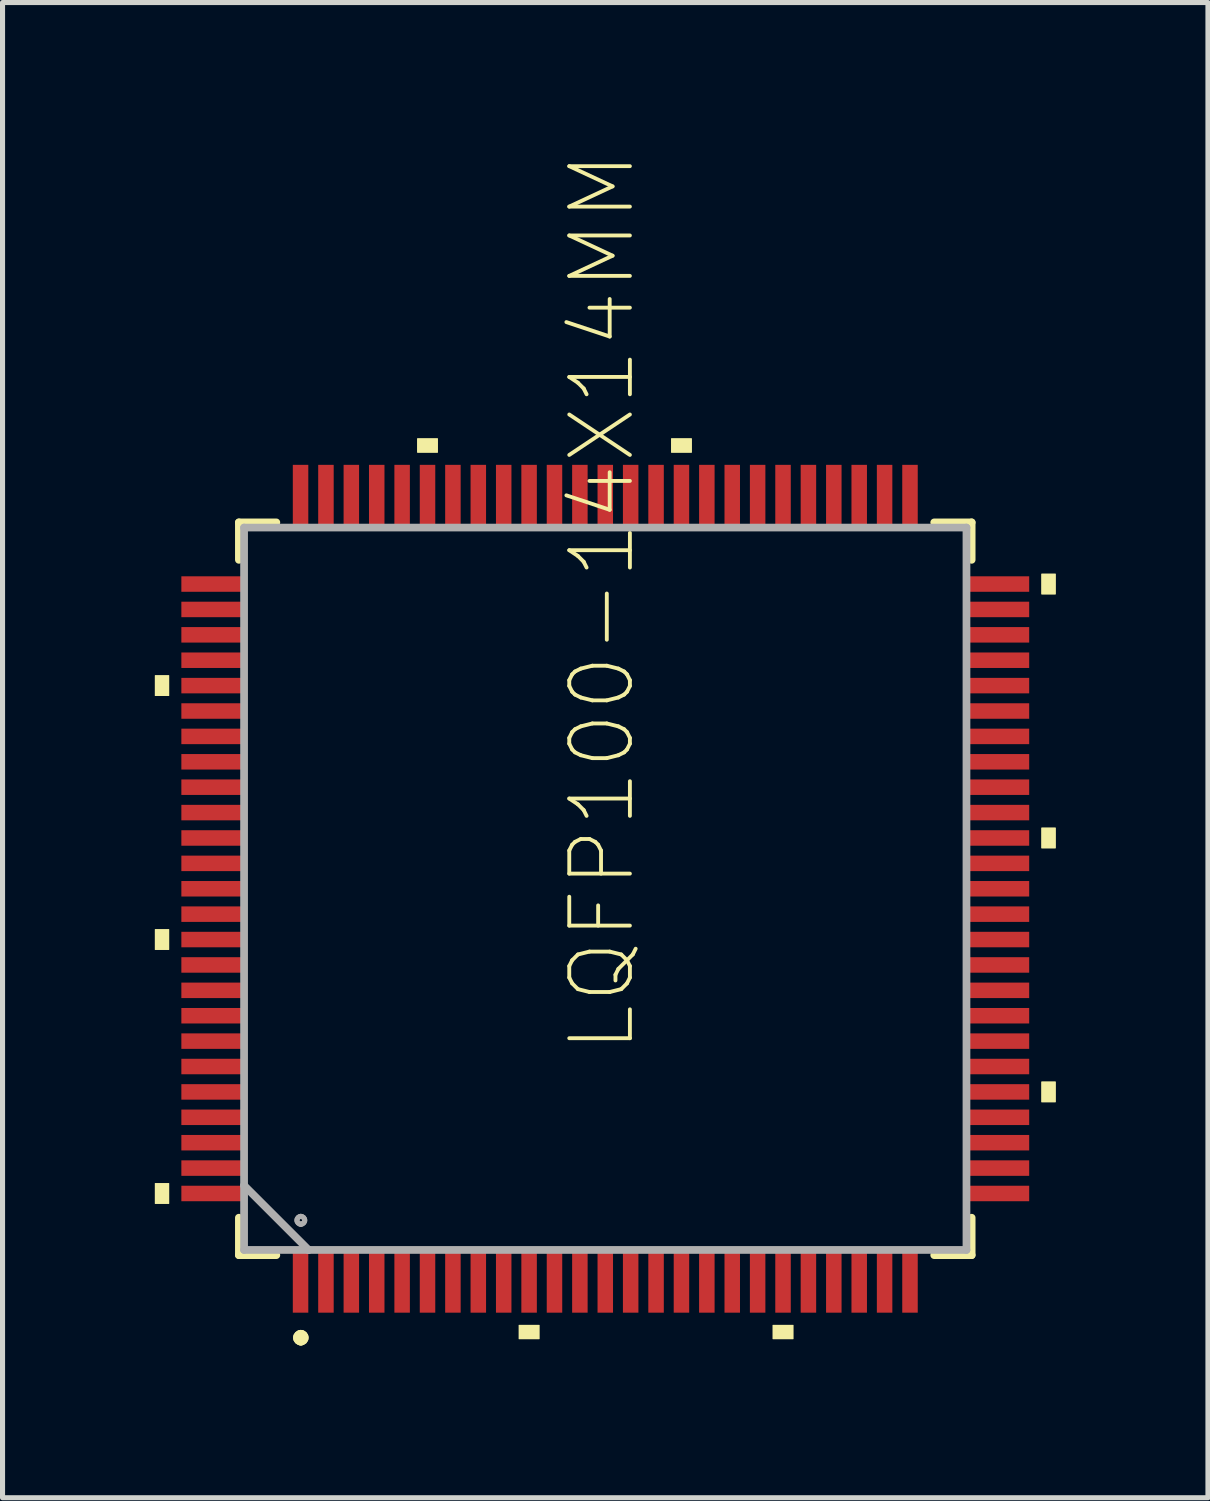
<source format=kicad_pcb>
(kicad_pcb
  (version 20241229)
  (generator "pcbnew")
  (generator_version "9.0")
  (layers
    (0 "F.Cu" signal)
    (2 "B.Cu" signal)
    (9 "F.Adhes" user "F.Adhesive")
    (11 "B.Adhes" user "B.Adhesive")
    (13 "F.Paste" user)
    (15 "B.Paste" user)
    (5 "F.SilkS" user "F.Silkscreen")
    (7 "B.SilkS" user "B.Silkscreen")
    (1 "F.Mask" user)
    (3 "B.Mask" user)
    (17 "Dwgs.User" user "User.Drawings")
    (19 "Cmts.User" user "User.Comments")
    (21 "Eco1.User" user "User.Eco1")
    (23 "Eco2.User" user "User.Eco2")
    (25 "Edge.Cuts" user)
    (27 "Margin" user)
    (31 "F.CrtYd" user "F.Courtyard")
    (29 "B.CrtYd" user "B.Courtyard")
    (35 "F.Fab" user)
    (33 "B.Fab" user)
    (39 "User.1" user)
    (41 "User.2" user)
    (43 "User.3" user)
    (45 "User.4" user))
  (footprint "LQFP100-14X14MM"
    (layer "F.Cu")
    (at 8.868 14.45)
    (property "Reference" "LQFP100-14X14MM" (at 0.635 3.277 90) (layer "F.SilkS") (effects (font (size 1.194 1.194) (thickness 0.076)) (justify left bottom)))
    (fp_line (start -7.214 -7.214) (end -7.214 -6.477) (stroke (width 0.152) (type solid)) (layer "F.SilkS"))
    (fp_line (start -7.214 6.477) (end -7.214 7.214) (stroke (width 0.152) (type solid)) (layer "F.SilkS"))
    (fp_line (start -7.214 7.214) (end -6.477 7.214) (stroke (width 0.152) (type solid)) (layer "F.SilkS"))
    (fp_line (start -6.477 -7.214) (end -7.214 -7.214) (stroke (width 0.152) (type solid)) (layer "F.SilkS"))
    (fp_line (start 6.477 7.214) (end 7.214 7.214) (stroke (width 0.152) (type solid)) (layer "F.SilkS"))
    (fp_line (start 7.214 -7.214) (end 6.477 -7.214) (stroke (width 0.152) (type solid)) (layer "F.SilkS"))
    (fp_line (start 7.214 -6.477) (end 7.214 -7.214) (stroke (width 0.152) (type solid)) (layer "F.SilkS"))
    (fp_line (start 7.214 7.214) (end 7.214 6.477) (stroke (width 0.152) (type solid)) (layer "F.SilkS"))
    (fp_arc (start -5.9944 8.763) (mid -5.9182 8.8392) (end -5.9944 8.9154) (stroke (width 0.1524) (type solid)) (layer "F.SilkS"))
    (fp_arc (start -5.9944 8.763) (mid -5.9182 8.8392) (end -5.9944 8.9154) (stroke (width 0.1524) (type solid)) (layer "F.SilkS"))
    (fp_arc (start -5.9944 8.9154) (mid -6.0706 8.8392) (end -5.9944 8.763) (stroke (width 0.1524) (type solid)) (layer "F.SilkS"))
    (fp_arc (start -5.9944 8.9154) (mid -6.0706 8.8392) (end -5.9944 8.763) (stroke (width 0.1524) (type solid)) (layer "F.SilkS"))
    (fp_poly (pts (xy -8.588 -3.797) (xy -8.868 -3.797) (xy -8.868 -4.203) (xy -8.588 -4.203)) (stroke (width 0) (type solid)) (fill yes) (layer "F.SilkS"))
    (fp_poly (pts (xy -8.588 -3.797) (xy -8.868 -3.797) (xy -8.868 -4.203) (xy -8.588 -4.203)) (stroke (width 0) (type solid)) (fill yes) (layer "F.SilkS"))
    (fp_poly (pts (xy -8.588 1.203) (xy -8.868 1.203) (xy -8.868 0.797) (xy -8.588 0.797)) (stroke (width 0) (type solid)) (fill yes) (layer "F.SilkS"))
    (fp_poly (pts (xy -8.588 1.203) (xy -8.868 1.203) (xy -8.868 0.797) (xy -8.588 0.797)) (stroke (width 0) (type solid)) (fill yes) (layer "F.SilkS"))
    (fp_poly (pts (xy -8.588 6.203) (xy -8.868 6.203) (xy -8.868 5.797) (xy -8.588 5.797)) (stroke (width 0) (type solid)) (fill yes) (layer "F.SilkS"))
    (fp_poly (pts (xy -8.588 6.203) (xy -8.868 6.203) (xy -8.868 5.797) (xy -8.588 5.797)) (stroke (width 0) (type solid)) (fill yes) (layer "F.SilkS"))
    (fp_poly (pts (xy -3.297 -8.588) (xy -3.703 -8.588) (xy -3.703 -8.868) (xy -3.297 -8.868)) (stroke (width 0) (type solid)) (fill yes) (layer "F.SilkS"))
    (fp_poly (pts (xy -3.297 -8.588) (xy -3.703 -8.588) (xy -3.703 -8.868) (xy -3.297 -8.868)) (stroke (width 0) (type solid)) (fill yes) (layer "F.SilkS"))
    (fp_poly (pts (xy -1.297 8.868) (xy -1.703 8.868) (xy -1.703 8.588) (xy -1.297 8.588)) (stroke (width 0) (type solid)) (fill yes) (layer "F.SilkS"))
    (fp_poly (pts (xy -1.297 8.868) (xy -1.703 8.868) (xy -1.703 8.588) (xy -1.297 8.588)) (stroke (width 0) (type solid)) (fill yes) (layer "F.SilkS"))
    (fp_poly (pts (xy 1.703 -8.588) (xy 1.297 -8.588) (xy 1.297 -8.868) (xy 1.703 -8.868)) (stroke (width 0) (type solid)) (fill yes) (layer "F.SilkS"))
    (fp_poly (pts (xy 1.703 -8.588) (xy 1.297 -8.588) (xy 1.297 -8.868) (xy 1.703 -8.868)) (stroke (width 0) (type solid)) (fill yes) (layer "F.SilkS"))
    (fp_poly (pts (xy 3.703 8.868) (xy 3.297 8.868) (xy 3.297 8.588) (xy 3.703 8.588)) (stroke (width 0) (type solid)) (fill yes) (layer "F.SilkS"))
    (fp_poly (pts (xy 3.703 8.868) (xy 3.297 8.868) (xy 3.297 8.588) (xy 3.703 8.588)) (stroke (width 0) (type solid)) (fill yes) (layer "F.SilkS"))
    (fp_poly (pts (xy 8.868 -5.797) (xy 8.588 -5.797) (xy 8.588 -6.203) (xy 8.868 -6.203)) (stroke (width 0) (type solid)) (fill yes) (layer "F.SilkS"))
    (fp_poly (pts (xy 8.868 -5.797) (xy 8.588 -5.797) (xy 8.588 -6.203) (xy 8.868 -6.203)) (stroke (width 0) (type solid)) (fill yes) (layer "F.SilkS"))
    (fp_poly (pts (xy 8.868 -0.797) (xy 8.588 -0.797) (xy 8.588 -1.203) (xy 8.868 -1.203)) (stroke (width 0) (type solid)) (fill yes) (layer "F.SilkS"))
    (fp_poly (pts (xy 8.868 -0.797) (xy 8.588 -0.797) (xy 8.588 -1.203) (xy 8.868 -1.203)) (stroke (width 0) (type solid)) (fill yes) (layer "F.SilkS"))
    (fp_poly (pts (xy 8.868 4.203) (xy 8.588 4.203) (xy 8.588 3.797) (xy 8.868 3.797)) (stroke (width 0) (type solid)) (fill yes) (layer "F.SilkS"))
    (fp_poly (pts (xy 8.868 4.203) (xy 8.588 4.203) (xy 8.588 3.797) (xy 8.868 3.797)) (stroke (width 0) (type solid)) (fill yes) (layer "F.SilkS"))
    (fp_line (start -7.112 -7.112) (end -7.112 5.842) (stroke (width 0.152) (type solid)) (layer "F.Fab"))
    (fp_line (start -7.112 5.842) (end -7.112 7.112) (stroke (width 0.152) (type solid)) (layer "F.Fab"))
    (fp_line (start -7.112 7.112) (end -5.842 7.112) (stroke (width 0.152) (type solid)) (layer "F.Fab"))
    (fp_line (start -5.842 7.112) (end -7.112 5.842) (stroke (width 0.152) (type solid)) (layer "F.Fab"))
    (fp_line (start -5.842 7.112) (end 7.112 7.112) (stroke (width 0.152) (type solid)) (layer "F.Fab"))
    (fp_line (start 7.112 -7.112) (end -7.112 -7.112) (stroke (width 0.152) (type solid)) (layer "F.Fab"))
    (fp_line (start 7.112 7.112) (end 7.112 -7.112) (stroke (width 0.152) (type solid)) (layer "F.Fab"))
    (fp_arc (start -5.9944 6.4516) (mid -5.9182 6.5278) (end -5.9944 6.604) (stroke (width 0.1) (type solid)) (layer "F.Fab"))
    (fp_arc (start -5.9944 6.4516) (mid -5.9182 6.5278) (end -5.9944 6.604) (stroke (width 0.1) (type solid)) (layer "F.Fab"))
    (fp_arc (start -5.9944 6.604) (mid -6.0706 6.5278) (end -5.9944 6.4516) (stroke (width 0.1) (type solid)) (layer "F.Fab"))
    (fp_arc (start -5.9944 6.604) (mid -6.0706 6.5278) (end -5.9944 6.4516) (stroke (width 0.1) (type solid)) (layer "F.Fab"))
    (pad "1" smd rect (at -6 7.75 90) (size 1.194 0.305) (layers "F.Cu" "F.Mask" "F.Paste"))
    (pad "2" smd rect (at -5.5 7.75 90) (size 1.194 0.305) (layers "F.Cu" "F.Mask" "F.Paste"))
    (pad "3" smd rect (at -5 7.75 90) (size 1.194 0.305) (layers "F.Cu" "F.Mask" "F.Paste"))
    (pad "4" smd rect (at -4.5 7.75 90) (size 1.194 0.305) (layers "F.Cu" "F.Mask" "F.Paste"))
    (pad "5" smd rect (at -4 7.75 90) (size 1.194 0.305) (layers "F.Cu" "F.Mask" "F.Paste"))
    (pad "6" smd rect (at -3.5 7.75 90) (size 1.194 0.305) (layers "F.Cu" "F.Mask" "F.Paste"))
    (pad "7" smd rect (at -3 7.75 90) (size 1.194 0.305) (layers "F.Cu" "F.Mask" "F.Paste"))
    (pad "8" smd rect (at -2.5 7.75 90) (size 1.194 0.305) (layers "F.Cu" "F.Mask" "F.Paste"))
    (pad "9" smd rect (at -2 7.75 90) (size 1.194 0.305) (layers "F.Cu" "F.Mask" "F.Paste"))
    (pad "10" smd rect (at -1.5 7.75 90) (size 1.194 0.305) (layers "F.Cu" "F.Mask" "F.Paste"))
    (pad "11" smd rect (at -1 7.75 90) (size 1.194 0.305) (layers "F.Cu" "F.Mask" "F.Paste"))
    (pad "12" smd rect (at -0.5 7.75 90) (size 1.194 0.305) (layers "F.Cu" "F.Mask" "F.Paste"))
    (pad "13" smd rect (at 0 7.75 90) (size 1.194 0.305) (layers "F.Cu" "F.Mask" "F.Paste"))
    (pad "14" smd rect (at 0.5 7.75 90) (size 1.194 0.305) (layers "F.Cu" "F.Mask" "F.Paste"))
    (pad "15" smd rect (at 1 7.75 90) (size 1.194 0.305) (layers "F.Cu" "F.Mask" "F.Paste"))
    (pad "16" smd rect (at 1.5 7.75 90) (size 1.194 0.305) (layers "F.Cu" "F.Mask" "F.Paste"))
    (pad "17" smd rect (at 2 7.75 90) (size 1.194 0.305) (layers "F.Cu" "F.Mask" "F.Paste"))
    (pad "18" smd rect (at 2.5 7.75 90) (size 1.194 0.305) (layers "F.Cu" "F.Mask" "F.Paste"))
    (pad "19" smd rect (at 3 7.75 90) (size 1.194 0.305) (layers "F.Cu" "F.Mask" "F.Paste"))
    (pad "20" smd rect (at 3.5 7.75 90) (size 1.194 0.305) (layers "F.Cu" "F.Mask" "F.Paste"))
    (pad "21" smd rect (at 4 7.75 90) (size 1.194 0.305) (layers "F.Cu" "F.Mask" "F.Paste"))
    (pad "22" smd rect (at 4.5 7.75 90) (size 1.194 0.305) (layers "F.Cu" "F.Mask" "F.Paste"))
    (pad "23" smd rect (at 5 7.75 90) (size 1.194 0.305) (layers "F.Cu" "F.Mask" "F.Paste"))
    (pad "24" smd rect (at 5.5 7.75 90) (size 1.194 0.305) (layers "F.Cu" "F.Mask" "F.Paste"))
    (pad "25" smd rect (at 6 7.75 90) (size 1.194 0.305) (layers "F.Cu" "F.Mask" "F.Paste"))
    (pad "26" smd rect (at 7.75 6 180) (size 1.194 0.305) (layers "F.Cu" "F.Mask" "F.Paste"))
    (pad "27" smd rect (at 7.75 5.5 180) (size 1.194 0.305) (layers "F.Cu" "F.Mask" "F.Paste"))
    (pad "28" smd rect (at 7.75 5 180) (size 1.194 0.305) (layers "F.Cu" "F.Mask" "F.Paste"))
    (pad "29" smd rect (at 7.75 4.5 180) (size 1.194 0.305) (layers "F.Cu" "F.Mask" "F.Paste"))
    (pad "30" smd rect (at 7.75 4 180) (size 1.194 0.305) (layers "F.Cu" "F.Mask" "F.Paste"))
    (pad "31" smd rect (at 7.75 3.5 180) (size 1.194 0.305) (layers "F.Cu" "F.Mask" "F.Paste"))
    (pad "32" smd rect (at 7.75 3 180) (size 1.194 0.305) (layers "F.Cu" "F.Mask" "F.Paste"))
    (pad "33" smd rect (at 7.75 2.5 180) (size 1.194 0.305) (layers "F.Cu" "F.Mask" "F.Paste"))
    (pad "34" smd rect (at 7.75 2 180) (size 1.194 0.305) (layers "F.Cu" "F.Mask" "F.Paste"))
    (pad "35" smd rect (at 7.75 1.5 180) (size 1.194 0.305) (layers "F.Cu" "F.Mask" "F.Paste"))
    (pad "36" smd rect (at 7.75 1 180) (size 1.194 0.305) (layers "F.Cu" "F.Mask" "F.Paste"))
    (pad "37" smd rect (at 7.75 0.5 180) (size 1.194 0.305) (layers "F.Cu" "F.Mask" "F.Paste"))
    (pad "38" smd rect (at 7.75 0 180) (size 1.194 0.305) (layers "F.Cu" "F.Mask" "F.Paste"))
    (pad "39" smd rect (at 7.75 -0.5 180) (size 1.194 0.305) (layers "F.Cu" "F.Mask" "F.Paste"))
    (pad "40" smd rect (at 7.75 -1 180) (size 1.194 0.305) (layers "F.Cu" "F.Mask" "F.Paste"))
    (pad "41" smd rect (at 7.75 -1.5 180) (size 1.194 0.305) (layers "F.Cu" "F.Mask" "F.Paste"))
    (pad "42" smd rect (at 7.75 -2 180) (size 1.194 0.305) (layers "F.Cu" "F.Mask" "F.Paste"))
    (pad "43" smd rect (at 7.75 -2.5 180) (size 1.194 0.305) (layers "F.Cu" "F.Mask" "F.Paste"))
    (pad "44" smd rect (at 7.75 -3 180) (size 1.194 0.305) (layers "F.Cu" "F.Mask" "F.Paste"))
    (pad "45" smd rect (at 7.75 -3.5 180) (size 1.194 0.305) (layers "F.Cu" "F.Mask" "F.Paste"))
    (pad "46" smd rect (at 7.75 -4 180) (size 1.194 0.305) (layers "F.Cu" "F.Mask" "F.Paste"))
    (pad "47" smd rect (at 7.75 -4.5 180) (size 1.194 0.305) (layers "F.Cu" "F.Mask" "F.Paste"))
    (pad "48" smd rect (at 7.75 -5 180) (size 1.194 0.305) (layers "F.Cu" "F.Mask" "F.Paste"))
    (pad "49" smd rect (at 7.75 -5.5 180) (size 1.194 0.305) (layers "F.Cu" "F.Mask" "F.Paste"))
    (pad "50" smd rect (at 7.75 -6 180) (size 1.194 0.305) (layers "F.Cu" "F.Mask" "F.Paste"))
    (pad "51" smd rect (at 6 -7.75 270) (size 1.194 0.305) (layers "F.Cu" "F.Mask" "F.Paste"))
    (pad "52" smd rect (at 5.5 -7.75 270) (size 1.194 0.305) (layers "F.Cu" "F.Mask" "F.Paste"))
    (pad "53" smd rect (at 5 -7.75 270) (size 1.194 0.305) (layers "F.Cu" "F.Mask" "F.Paste"))
    (pad "54" smd rect (at 4.5 -7.75 270) (size 1.194 0.305) (layers "F.Cu" "F.Mask" "F.Paste"))
    (pad "55" smd rect (at 4 -7.75 270) (size 1.194 0.305) (layers "F.Cu" "F.Mask" "F.Paste"))
    (pad "56" smd rect (at 3.5 -7.75 270) (size 1.194 0.305) (layers "F.Cu" "F.Mask" "F.Paste"))
    (pad "57" smd rect (at 3 -7.75 270) (size 1.194 0.305) (layers "F.Cu" "F.Mask" "F.Paste"))
    (pad "58" smd rect (at 2.5 -7.75 270) (size 1.194 0.305) (layers "F.Cu" "F.Mask" "F.Paste"))
    (pad "59" smd rect (at 2 -7.75 270) (size 1.194 0.305) (layers "F.Cu" "F.Mask" "F.Paste"))
    (pad "60" smd rect (at 1.5 -7.75 270) (size 1.194 0.305) (layers "F.Cu" "F.Mask" "F.Paste"))
    (pad "61" smd rect (at 1 -7.75 270) (size 1.194 0.305) (layers "F.Cu" "F.Mask" "F.Paste"))
    (pad "62" smd rect (at 0.5 -7.75 270) (size 1.194 0.305) (layers "F.Cu" "F.Mask" "F.Paste"))
    (pad "63" smd rect (at 0 -7.75 270) (size 1.194 0.305) (layers "F.Cu" "F.Mask" "F.Paste"))
    (pad "64" smd rect (at -0.5 -7.75 270) (size 1.194 0.305) (layers "F.Cu" "F.Mask" "F.Paste"))
    (pad "65" smd rect (at -1 -7.75 270) (size 1.194 0.305) (layers "F.Cu" "F.Mask" "F.Paste"))
    (pad "66" smd rect (at -1.5 -7.75 270) (size 1.194 0.305) (layers "F.Cu" "F.Mask" "F.Paste"))
    (pad "67" smd rect (at -2 -7.75 270) (size 1.194 0.305) (layers "F.Cu" "F.Mask" "F.Paste"))
    (pad "68" smd rect (at -2.5 -7.75 270) (size 1.194 0.305) (layers "F.Cu" "F.Mask" "F.Paste"))
    (pad "69" smd rect (at -3 -7.75 270) (size 1.194 0.305) (layers "F.Cu" "F.Mask" "F.Paste"))
    (pad "70" smd rect (at -3.5 -7.75 270) (size 1.194 0.305) (layers "F.Cu" "F.Mask" "F.Paste"))
    (pad "71" smd rect (at -4 -7.75 270) (size 1.194 0.305) (layers "F.Cu" "F.Mask" "F.Paste"))
    (pad "72" smd rect (at -4.5 -7.75 270) (size 1.194 0.305) (layers "F.Cu" "F.Mask" "F.Paste"))
    (pad "73" smd rect (at -5 -7.75 270) (size 1.194 0.305) (layers "F.Cu" "F.Mask" "F.Paste"))
    (pad "74" smd rect (at -5.5 -7.75 270) (size 1.194 0.305) (layers "F.Cu" "F.Mask" "F.Paste"))
    (pad "75" smd rect (at -6 -7.75 270) (size 1.194 0.305) (layers "F.Cu" "F.Mask" "F.Paste"))
    (pad "76" smd rect (at -7.75 -6) (size 1.194 0.305) (layers "F.Cu" "F.Mask" "F.Paste"))
    (pad "77" smd rect (at -7.75 -5.5) (size 1.194 0.305) (layers "F.Cu" "F.Mask" "F.Paste"))
    (pad "78" smd rect (at -7.75 -5) (size 1.194 0.305) (layers "F.Cu" "F.Mask" "F.Paste"))
    (pad "79" smd rect (at -7.75 -4.5) (size 1.194 0.305) (layers "F.Cu" "F.Mask" "F.Paste"))
    (pad "80" smd rect (at -7.75 -4) (size 1.194 0.305) (layers "F.Cu" "F.Mask" "F.Paste"))
    (pad "81" smd rect (at -7.75 -3.5) (size 1.194 0.305) (layers "F.Cu" "F.Mask" "F.Paste"))
    (pad "82" smd rect (at -7.75 -3) (size 1.194 0.305) (layers "F.Cu" "F.Mask" "F.Paste"))
    (pad "83" smd rect (at -7.75 -2.5) (size 1.194 0.305) (layers "F.Cu" "F.Mask" "F.Paste"))
    (pad "84" smd rect (at -7.75 -2) (size 1.194 0.305) (layers "F.Cu" "F.Mask" "F.Paste"))
    (pad "85" smd rect (at -7.75 -1.5) (size 1.194 0.305) (layers "F.Cu" "F.Mask" "F.Paste"))
    (pad "86" smd rect (at -7.75 -1) (size 1.194 0.305) (layers "F.Cu" "F.Mask" "F.Paste"))
    (pad "87" smd rect (at -7.75 -0.5) (size 1.194 0.305) (layers "F.Cu" "F.Mask" "F.Paste"))
    (pad "88" smd rect (at -7.75 0) (size 1.194 0.305) (layers "F.Cu" "F.Mask" "F.Paste"))
    (pad "89" smd rect (at -7.75 0.5) (size 1.194 0.305) (layers "F.Cu" "F.Mask" "F.Paste"))
    (pad "90" smd rect (at -7.75 1) (size 1.194 0.305) (layers "F.Cu" "F.Mask" "F.Paste"))
    (pad "91" smd rect (at -7.75 1.5) (size 1.194 0.305) (layers "F.Cu" "F.Mask" "F.Paste"))
    (pad "92" smd rect (at -7.75 2) (size 1.194 0.305) (layers "F.Cu" "F.Mask" "F.Paste"))
    (pad "93" smd rect (at -7.75 2.5) (size 1.194 0.305) (layers "F.Cu" "F.Mask" "F.Paste"))
    (pad "94" smd rect (at -7.75 3) (size 1.194 0.305) (layers "F.Cu" "F.Mask" "F.Paste"))
    (pad "95" smd rect (at -7.75 3.5) (size 1.194 0.305) (layers "F.Cu" "F.Mask" "F.Paste"))
    (pad "96" smd rect (at -7.75 4) (size 1.194 0.305) (layers "F.Cu" "F.Mask" "F.Paste"))
    (pad "97" smd rect (at -7.75 4.5) (size 1.194 0.305) (layers "F.Cu" "F.Mask" "F.Paste"))
    (pad "98" smd rect (at -7.75 5) (size 1.194 0.305) (layers "F.Cu" "F.Mask" "F.Paste"))
    (pad "99" smd rect (at -7.75 5.5) (size 1.194 0.305) (layers "F.Cu" "F.Mask" "F.Paste"))
    (pad "100" smd rect (at -7.75 6) (size 1.194 0.305) (layers "F.Cu" "F.Mask" "F.Paste")))
  (gr_rect
    (start -3 -3)
    (end 20.735 26.441)
    (stroke (width 0.1) (type default))
    (fill no)
    (layer "Edge.Cuts")))
</source>
